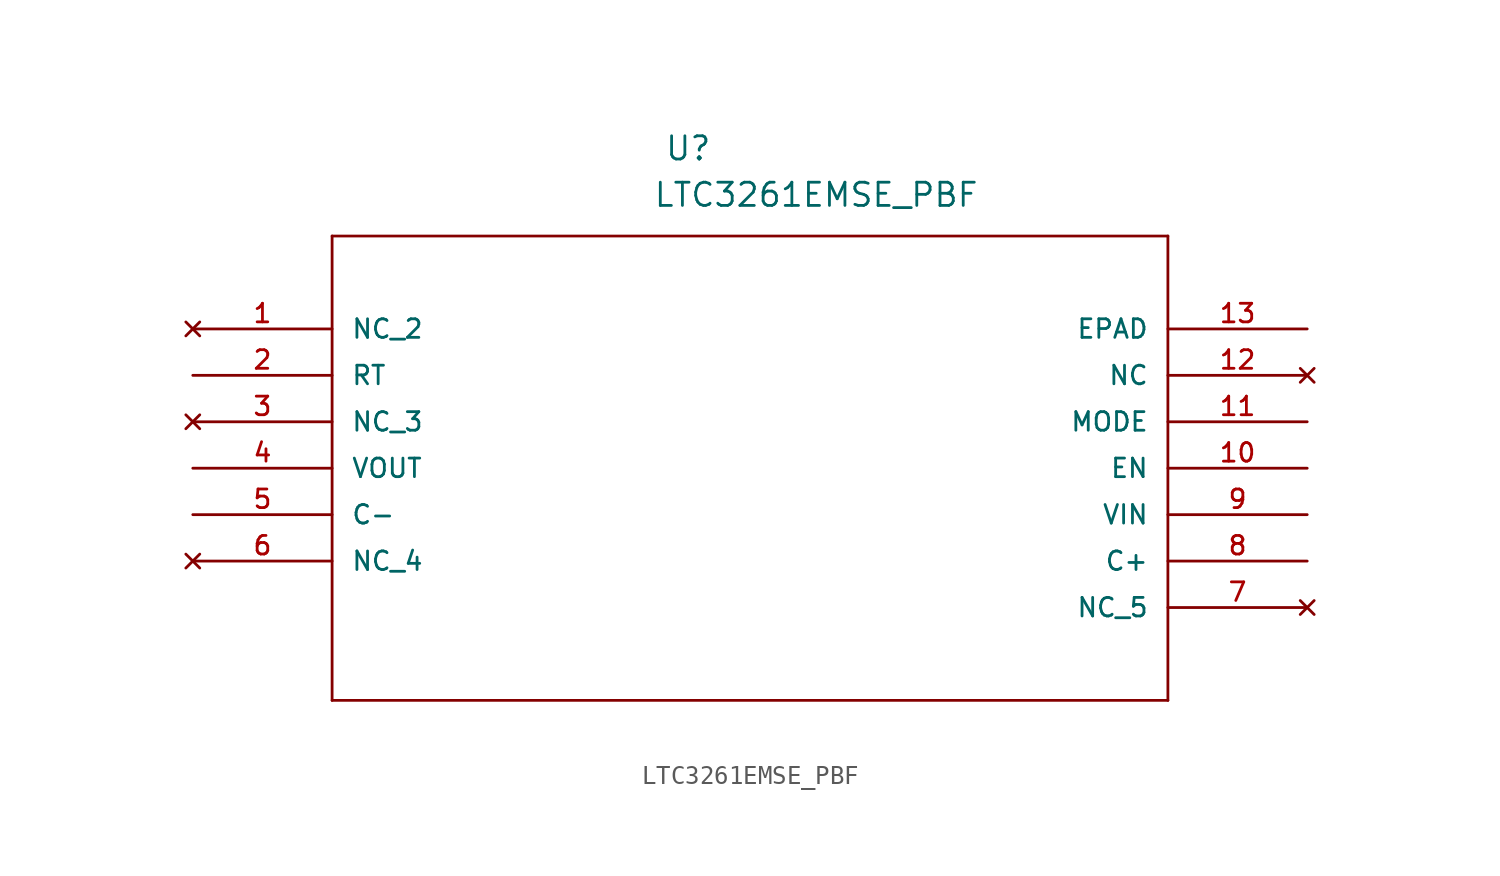
<source format=kicad_sym>
(kicad_symbol_lib
  (version 20211014)
  (generator kicad_symbol_editor)
  (symbol "LTC3261EMSE_PBF"
    (pin_names
      (offset 1.016))
    (property "Reference" "U"
      (at 25.789 9.131 0.0)
      (effects (font (size 1.27 1.27)) (justify bottom left)))
    (property "Value" "LTC3261EMSE_PBF"
      (at 25.171 6.592 0.0)
      (effects (font (size 1.27 1.27)) (justify bottom left)))
    (symbol "LTC3261EMSE_PBF_0_0"
      (polyline (pts (xy 7.62 5.08) (xy 7.62 -20.32)) (stroke (width 0.152)))
      (polyline (pts (xy 7.62 -20.32) (xy 53.34 -20.32)) (stroke (width 0.152)))
      (polyline (pts (xy 53.34 -20.32) (xy 53.34 5.08)) (stroke (width 0.152)))
      (polyline (pts (xy 53.34 5.08) (xy 7.62 5.08)) (stroke (width 0.152)))
      (pin no_connect line (at 0.0 0.0 0) (length 7.62) (name "NC_2" (effects (font (size 1.016 1.016)))) (number "1" (effects (font (size 1.016 1.016)))))
      (pin input line (at 0.0 -2.54 0) (length 7.62) (name "RT" (effects (font (size 1.016 1.016)))) (number "2" (effects (font (size 1.016 1.016)))))
      (pin no_connect line (at 0.0 -5.08 0) (length 7.62) (name "NC_3" (effects (font (size 1.016 1.016)))) (number "3" (effects (font (size 1.016 1.016)))))
      (pin output line (at 0.0 -7.62 0) (length 7.62) (name "VOUT" (effects (font (size 1.016 1.016)))) (number "4" (effects (font (size 1.016 1.016)))))
      (pin passive line (at 0.0 -10.16 0) (length 7.62) (name "C-" (effects (font (size 1.016 1.016)))) (number "5" (effects (font (size 1.016 1.016)))))
      (pin no_connect line (at 0.0 -12.7 0) (length 7.62) (name "NC_4" (effects (font (size 1.016 1.016)))) (number "6" (effects (font (size 1.016 1.016)))))
      (pin no_connect line (at 60.96 -15.24 180.0) (length 7.62) (name "NC_5" (effects (font (size 1.016 1.016)))) (number "7" (effects (font (size 1.016 1.016)))))
      (pin passive line (at 60.96 -12.7 180.0) (length 7.62) (name "C+" (effects (font (size 1.016 1.016)))) (number "8" (effects (font (size 1.016 1.016)))))
      (pin input line (at 60.96 -10.16 180.0) (length 7.62) (name "VIN" (effects (font (size 1.016 1.016)))) (number "9" (effects (font (size 1.016 1.016)))))
      (pin input line (at 60.96 -7.62 180.0) (length 7.62) (name "EN" (effects (font (size 1.016 1.016)))) (number "10" (effects (font (size 1.016 1.016)))))
      (pin input line (at 60.96 -5.08 180.0) (length 7.62) (name "MODE" (effects (font (size 1.016 1.016)))) (number "11" (effects (font (size 1.016 1.016)))))
      (pin no_connect line (at 60.96 -2.54 180.0) (length 7.62) (name "NC" (effects (font (size 1.016 1.016)))) (number "12" (effects (font (size 1.016 1.016)))))
      (pin passive line (at 60.96 0.0 180.0) (length 7.62) (name "EPAD" (effects (font (size 1.016 1.016)))) (number "13" (effects (font (size 1.016 1.016))))))))
</source>
